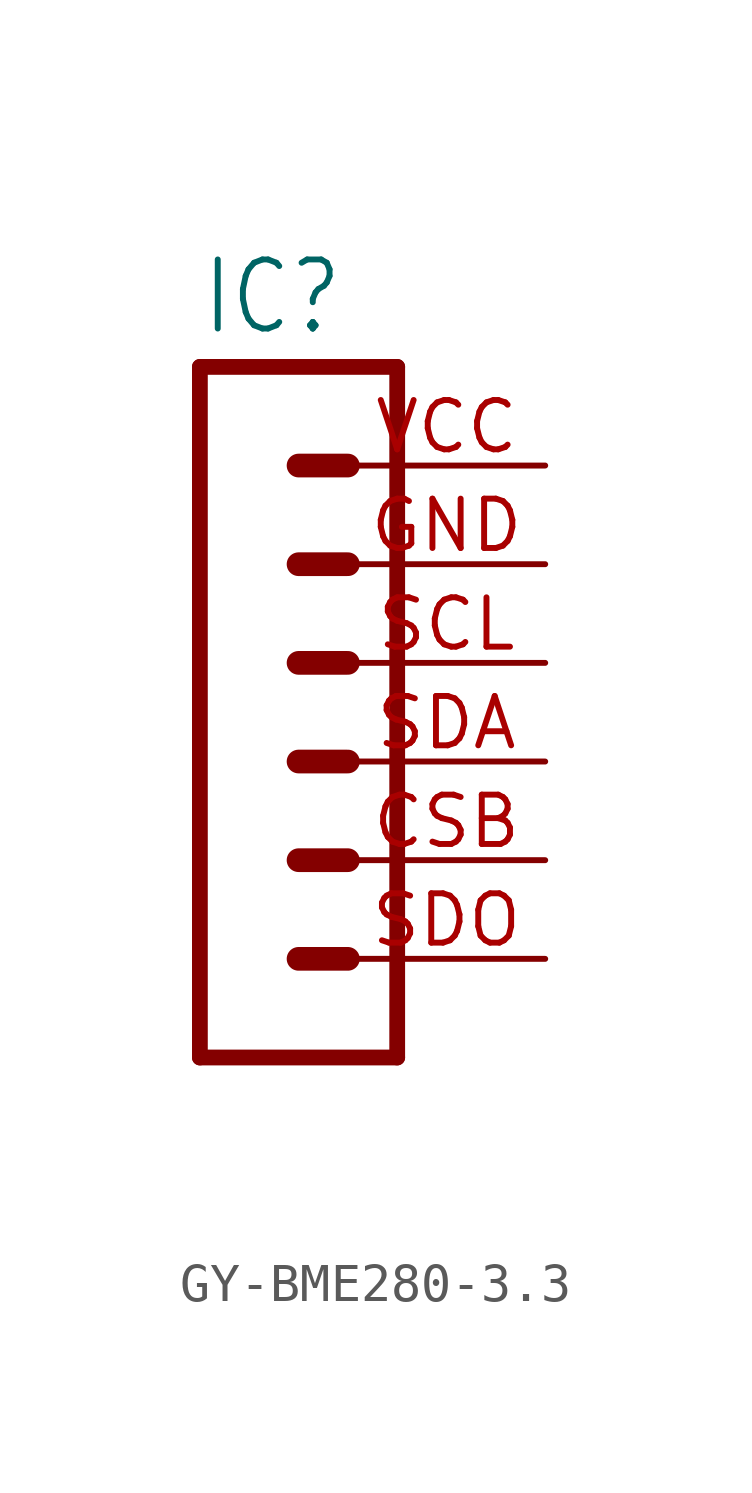
<source format=kicad_sym>
(kicad_symbol_lib
  (version 20220914)
  (generator kicad_symbol_editor)
  (symbol "GY-BME280-3.3"
    (property "Reference" "IC"
      (at -1.27 8.382 0)
      (effects (font (size 1.778 1.511)) (justify left bottom)))
    (property "Value" ""
      (at -1.27 -12.7 0)
      (effects (font (size 1.778 1.511)) (justify left bottom)))
    (property "ki_locked" ""
      (at 0 0 0)
      (effects (font (size 1.27 1.27))))
    (symbol "GY-BME280-3.3_1_0"
      (polyline (pts (xy -1.27 7.62) (xy -1.27 -10.16)) (stroke (width 0.406) (type solid)) (fill (type none)))
      (polyline (pts (xy -1.27 7.62) (xy 3.81 7.62)) (stroke (width 0.406) (type solid)) (fill (type none)))
      (polyline (pts (xy 1.27 -7.62) (xy 2.54 -7.62)) (stroke (width 0.61) (type solid)) (fill (type none)))
      (polyline (pts (xy 1.27 -5.08) (xy 2.54 -5.08)) (stroke (width 0.61) (type solid)) (fill (type none)))
      (polyline (pts (xy 1.27 -2.54) (xy 2.54 -2.54)) (stroke (width 0.61) (type solid)) (fill (type none)))
      (polyline (pts (xy 1.27 0) (xy 2.54 0)) (stroke (width 0.61) (type solid)) (fill (type none)))
      (polyline (pts (xy 1.27 2.54) (xy 2.54 2.54)) (stroke (width 0.61) (type solid)) (fill (type none)))
      (polyline (pts (xy 1.27 5.08) (xy 2.54 5.08)) (stroke (width 0.61) (type solid)) (fill (type none)))
      (polyline (pts (xy 3.81 -10.16) (xy -1.27 -10.16)) (stroke (width 0.406) (type solid)) (fill (type none)))
      (polyline (pts (xy 3.81 -10.16) (xy 3.81 7.62)) (stroke (width 0.406) (type solid)) (fill (type none)))
      (pin passive line (at 7.62 -5.08 180) (length 5.08) (name "CSB" (effects (font (size 0 0)))) (number "CSB" (effects (font (size 1.27 1.27)))))
      (pin passive line (at 7.62 2.54 180) (length 5.08) (name "GND" (effects (font (size 0 0)))) (number "GND" (effects (font (size 1.27 1.27)))))
      (pin passive line (at 7.62 0 180) (length 5.08) (name "SCL" (effects (font (size 0 0)))) (number "SCL" (effects (font (size 1.27 1.27)))))
      (pin passive line (at 7.62 -2.54 180) (length 5.08) (name "SDA" (effects (font (size 0 0)))) (number "SDA" (effects (font (size 1.27 1.27)))))
      (pin passive line (at 7.62 -7.62 180) (length 5.08) (name "SDO" (effects (font (size 0 0)))) (number "SDO" (effects (font (size 1.27 1.27)))))
      (pin passive line (at 7.62 5.08 180) (length 5.08) (name "VCC" (effects (font (size 0 0)))) (number "VCC" (effects (font (size 1.27 1.27))))))))
</source>
